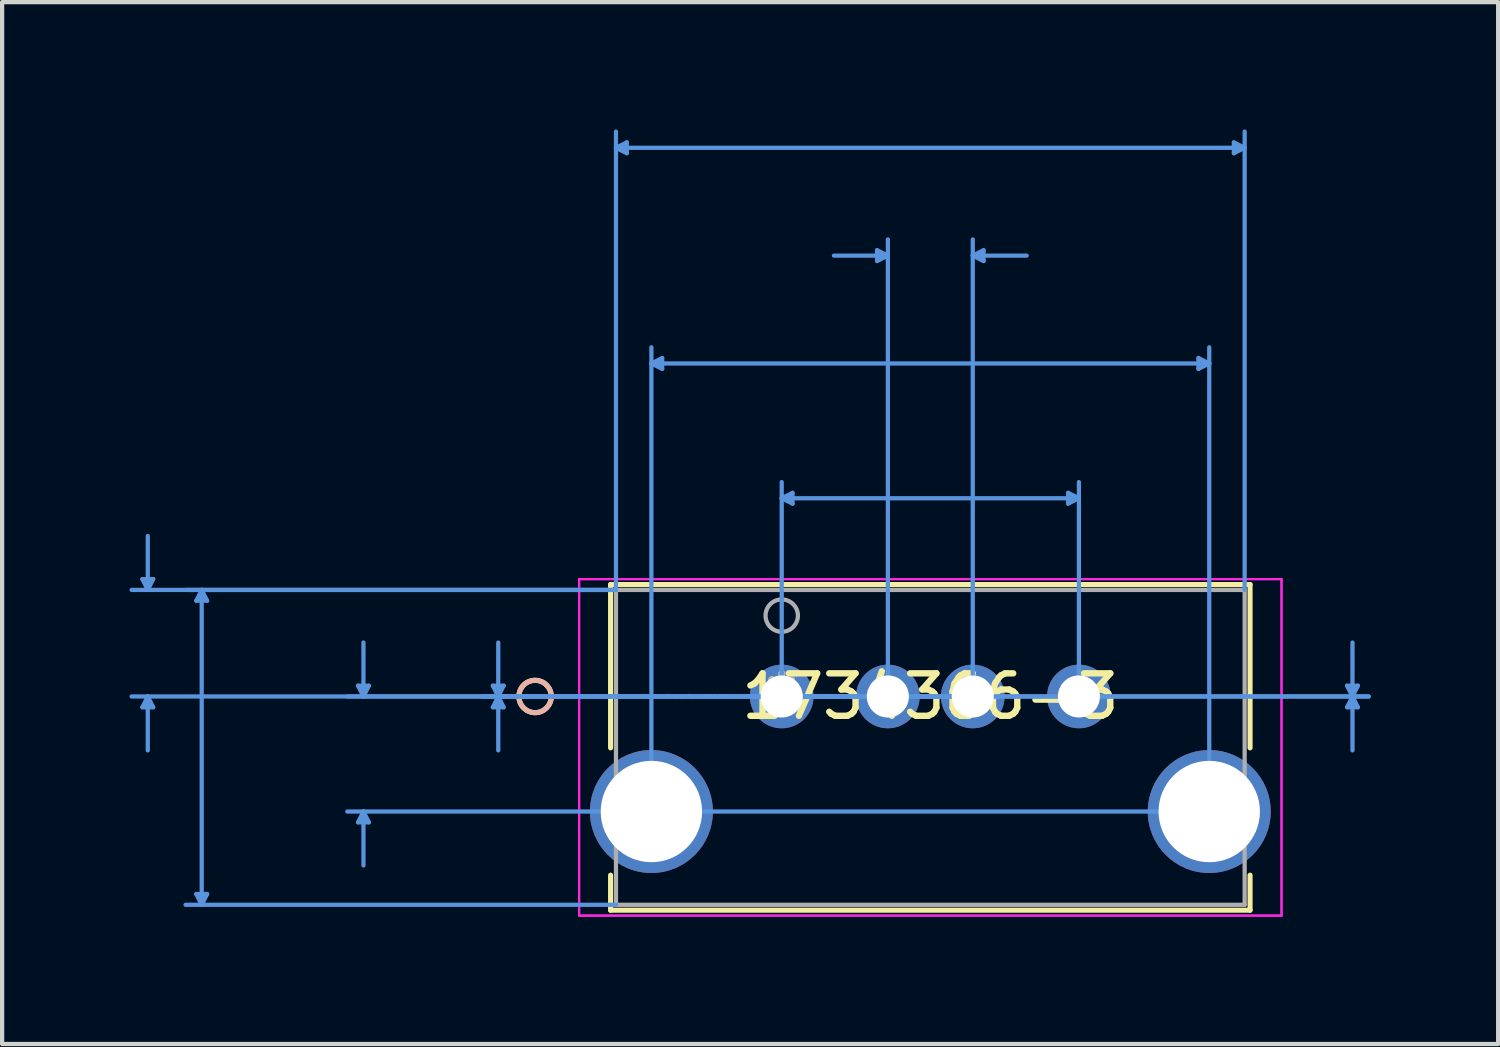
<source format=kicad_pcb>
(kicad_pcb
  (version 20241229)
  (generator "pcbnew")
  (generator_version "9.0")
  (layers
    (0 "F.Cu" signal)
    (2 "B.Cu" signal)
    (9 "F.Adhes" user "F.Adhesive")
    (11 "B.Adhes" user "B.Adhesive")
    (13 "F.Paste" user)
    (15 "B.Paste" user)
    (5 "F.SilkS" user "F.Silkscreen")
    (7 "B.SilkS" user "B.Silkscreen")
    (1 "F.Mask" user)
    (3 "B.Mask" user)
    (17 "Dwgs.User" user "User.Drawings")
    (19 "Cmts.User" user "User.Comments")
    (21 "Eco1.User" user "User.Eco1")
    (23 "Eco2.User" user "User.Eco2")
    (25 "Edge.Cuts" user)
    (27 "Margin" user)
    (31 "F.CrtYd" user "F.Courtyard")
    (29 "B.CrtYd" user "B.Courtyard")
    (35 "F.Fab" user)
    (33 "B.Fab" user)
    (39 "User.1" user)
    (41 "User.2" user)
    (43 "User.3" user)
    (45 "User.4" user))
  (footprint "1734366-3"
    (layer "F.Cu")
    (at 15.363 13.355)
    (property "Reference" "1734366-3" (at 3.5 0 0) (layer "F.SilkS") (effects (font (size 1 1) (thickness 0.15))))
    (attr through_hole)
    (fp_line (start -4.031 -2.637) (end -4.031 1.211) (stroke (width 0.12) (type solid)) (layer "F.SilkS"))
    (fp_line (start -4.031 4.209) (end -4.031 5.034) (stroke (width 0.12) (type solid)) (layer "F.SilkS"))
    (fp_line (start -4.031 5.034) (end 11.031 5.034) (stroke (width 0.12) (type solid)) (layer "F.SilkS"))
    (fp_line (start 11.031 -2.637) (end -4.031 -2.637) (stroke (width 0.12) (type solid)) (layer "F.SilkS"))
    (fp_line (start 11.031 1.211) (end 11.031 -2.637) (stroke (width 0.12) (type solid)) (layer "F.SilkS"))
    (fp_line (start 11.031 5.034) (end 11.031 4.209) (stroke (width 0.12) (type solid)) (layer "F.SilkS"))
    (fp_circle (center -5.809 0) (end -5.428 0) (stroke (width 0.12) (type solid)) (fill no) (layer "F.SilkS"))
    (fp_circle (center -5.809 0) (end -5.428 0) (stroke (width 0.12) (type solid)) (fill no) (layer "B.SilkS"))
    (fp_line (start -15.059 -2.764) (end -14.805 -2.764) (stroke (width 0.1) (type solid)) (layer "Cmts.User"))
    (fp_line (start -15.059 0.254) (end -14.805 0.254) (stroke (width 0.1) (type solid)) (layer "Cmts.User"))
    (fp_line (start -14.932 -2.51) (end -15.059 -2.764) (stroke (width 0.1) (type solid)) (layer "Cmts.User"))
    (fp_line (start -14.932 -2.51) (end -14.932 -3.78) (stroke (width 0.1) (type solid)) (layer "Cmts.User"))
    (fp_line (start -14.932 -2.51) (end -14.805 -2.764) (stroke (width 0.1) (type solid)) (layer "Cmts.User"))
    (fp_line (start -14.932 0) (end -15.059 0.254) (stroke (width 0.1) (type solid)) (layer "Cmts.User"))
    (fp_line (start -14.932 0) (end -14.932 1.27) (stroke (width 0.1) (type solid)) (layer "Cmts.User"))
    (fp_line (start -14.932 0) (end -14.805 0.254) (stroke (width 0.1) (type solid)) (layer "Cmts.User"))
    (fp_line (start -13.789 -2.256) (end -13.535 -2.256) (stroke (width 0.1) (type solid)) (layer "Cmts.User"))
    (fp_line (start -13.789 4.653) (end -13.535 4.653) (stroke (width 0.1) (type solid)) (layer "Cmts.User"))
    (fp_line (start -13.662 -2.51) (end -13.789 -2.256) (stroke (width 0.1) (type solid)) (layer "Cmts.User"))
    (fp_line (start -13.662 -2.51) (end -13.662 4.907) (stroke (width 0.1) (type solid)) (layer "Cmts.User"))
    (fp_line (start -13.662 -2.51) (end -13.535 -2.256) (stroke (width 0.1) (type solid)) (layer "Cmts.User"))
    (fp_line (start -13.662 4.907) (end -13.789 4.653) (stroke (width 0.1) (type solid)) (layer "Cmts.User"))
    (fp_line (start -13.662 4.907) (end -13.535 4.653) (stroke (width 0.1) (type solid)) (layer "Cmts.User"))
    (fp_line (start -9.979 -0.254) (end -9.725 -0.254) (stroke (width 0.1) (type solid)) (layer "Cmts.User"))
    (fp_line (start -9.979 2.964) (end -9.725 2.964) (stroke (width 0.1) (type solid)) (layer "Cmts.User"))
    (fp_line (start -9.852 0) (end -9.979 -0.254) (stroke (width 0.1) (type solid)) (layer "Cmts.User"))
    (fp_line (start -9.852 0) (end -9.852 -1.27) (stroke (width 0.1) (type solid)) (layer "Cmts.User"))
    (fp_line (start -9.852 0) (end -9.725 -0.254) (stroke (width 0.1) (type solid)) (layer "Cmts.User"))
    (fp_line (start -9.852 2.71) (end -9.979 2.964) (stroke (width 0.1) (type solid)) (layer "Cmts.User"))
    (fp_line (start -9.852 2.71) (end -9.852 3.98) (stroke (width 0.1) (type solid)) (layer "Cmts.User"))
    (fp_line (start -9.852 2.71) (end -9.725 2.964) (stroke (width 0.1) (type solid)) (layer "Cmts.User"))
    (fp_line (start -6.804 -0.254) (end -6.55 -0.254) (stroke (width 0.1) (type solid)) (layer "Cmts.User"))
    (fp_line (start -6.804 0.254) (end -6.55 0.254) (stroke (width 0.1) (type solid)) (layer "Cmts.User"))
    (fp_line (start -6.677 0) (end -6.804 -0.254) (stroke (width 0.1) (type solid)) (layer "Cmts.User"))
    (fp_line (start -6.677 0) (end -6.804 0.254) (stroke (width 0.1) (type solid)) (layer "Cmts.User"))
    (fp_line (start -6.677 0) (end -6.677 -1.27) (stroke (width 0.1) (type solid)) (layer "Cmts.User"))
    (fp_line (start -6.677 0) (end -6.677 1.27) (stroke (width 0.1) (type solid)) (layer "Cmts.User"))
    (fp_line (start -6.677 0) (end -6.55 -0.254) (stroke (width 0.1) (type solid)) (layer "Cmts.User"))
    (fp_line (start -6.677 0) (end -6.55 0.254) (stroke (width 0.1) (type solid)) (layer "Cmts.User"))
    (fp_line (start -3.904 -12.924) (end -3.65 -13.051) (stroke (width 0.1) (type solid)) (layer "Cmts.User"))
    (fp_line (start -3.904 -12.924) (end -3.65 -12.797) (stroke (width 0.1) (type solid)) (layer "Cmts.User"))
    (fp_line (start -3.904 -12.924) (end 10.904 -12.924) (stroke (width 0.1) (type solid)) (layer "Cmts.User"))
    (fp_line (start -3.904 -2.51) (end -15.313 -2.51) (stroke (width 0.1) (type solid)) (layer "Cmts.User"))
    (fp_line (start -3.904 -2.51) (end -14.043 -2.51) (stroke (width 0.1) (type solid)) (layer "Cmts.User"))
    (fp_line (start -3.904 -2.51) (end -3.904 -13.305) (stroke (width 0.1) (type solid)) (layer "Cmts.User"))
    (fp_line (start -3.904 4.907) (end -14.043 4.907) (stroke (width 0.1) (type solid)) (layer "Cmts.User"))
    (fp_line (start -3.65 -13.051) (end -3.65 -12.797) (stroke (width 0.1) (type solid)) (layer "Cmts.User"))
    (fp_line (start -3.07 -7.844) (end -2.816 -7.971) (stroke (width 0.1) (type solid)) (layer "Cmts.User"))
    (fp_line (start -3.07 -7.844) (end -2.816 -7.717) (stroke (width 0.1) (type solid)) (layer "Cmts.User"))
    (fp_line (start -3.07 -7.844) (end 10.07 -7.844) (stroke (width 0.1) (type solid)) (layer "Cmts.User"))
    (fp_line (start -3.07 2.71) (end -3.07 -8.225) (stroke (width 0.1) (type solid)) (layer "Cmts.User"))
    (fp_line (start -2.816 -7.971) (end -2.816 -7.717) (stroke (width 0.1) (type solid)) (layer "Cmts.User"))
    (fp_line (start 0 -4.669) (end 0.254 -4.796) (stroke (width 0.1) (type solid)) (layer "Cmts.User"))
    (fp_line (start 0 -4.669) (end 0.254 -4.542) (stroke (width 0.1) (type solid)) (layer "Cmts.User"))
    (fp_line (start 0 -4.669) (end 7 -4.669) (stroke (width 0.1) (type solid)) (layer "Cmts.User"))
    (fp_line (start 0 0) (end 0 -5.05) (stroke (width 0.1) (type solid)) (layer "Cmts.User"))
    (fp_line (start 0 0) (end 13.825 0) (stroke (width 0.1) (type solid)) (layer "Cmts.User"))
    (fp_line (start 0 0) (end 13.825 0) (stroke (width 0.1) (type solid)) (layer "Cmts.User"))
    (fp_line (start 0.254 -4.796) (end 0.254 -4.542) (stroke (width 0.1) (type solid)) (layer "Cmts.User"))
    (fp_line (start 2.246 -10.511) (end 2.246 -10.257) (stroke (width 0.1) (type solid)) (layer "Cmts.User"))
    (fp_line (start 2.5 -10.384) (end 1.23 -10.384) (stroke (width 0.1) (type solid)) (layer "Cmts.User"))
    (fp_line (start 2.5 -10.384) (end 2.246 -10.511) (stroke (width 0.1) (type solid)) (layer "Cmts.User"))
    (fp_line (start 2.5 -10.384) (end 2.246 -10.257) (stroke (width 0.1) (type solid)) (layer "Cmts.User"))
    (fp_line (start 2.5 0) (end 2.5 -10.765) (stroke (width 0.1) (type solid)) (layer "Cmts.User"))
    (fp_line (start 3.5 0) (end -15.313 0) (stroke (width 0.1) (type solid)) (layer "Cmts.User"))
    (fp_line (start 3.5 0) (end -10.233 0) (stroke (width 0.1) (type solid)) (layer "Cmts.User"))
    (fp_line (start 3.5 0) (end -7.058 0) (stroke (width 0.1) (type solid)) (layer "Cmts.User"))
    (fp_line (start 4.5 -10.384) (end 4.754 -10.511) (stroke (width 0.1) (type solid)) (layer "Cmts.User"))
    (fp_line (start 4.5 -10.384) (end 4.754 -10.257) (stroke (width 0.1) (type solid)) (layer "Cmts.User"))
    (fp_line (start 4.5 -10.384) (end 5.77 -10.384) (stroke (width 0.1) (type solid)) (layer "Cmts.User"))
    (fp_line (start 4.5 0) (end -7.058 0) (stroke (width 0.1) (type solid)) (layer "Cmts.User"))
    (fp_line (start 4.5 0) (end 4.5 -10.765) (stroke (width 0.1) (type solid)) (layer "Cmts.User"))
    (fp_line (start 4.754 -10.511) (end 4.754 -10.257) (stroke (width 0.1) (type solid)) (layer "Cmts.User"))
    (fp_line (start 6.746 -4.796) (end 6.746 -4.542) (stroke (width 0.1) (type solid)) (layer "Cmts.User"))
    (fp_line (start 7 -4.669) (end 6.746 -4.796) (stroke (width 0.1) (type solid)) (layer "Cmts.User"))
    (fp_line (start 7 -4.669) (end 6.746 -4.542) (stroke (width 0.1) (type solid)) (layer "Cmts.User"))
    (fp_line (start 7 0) (end 7 -5.05) (stroke (width 0.1) (type solid)) (layer "Cmts.User"))
    (fp_line (start 9.816 -7.971) (end 9.816 -7.717) (stroke (width 0.1) (type solid)) (layer "Cmts.User"))
    (fp_line (start 10.07 -7.844) (end 9.816 -7.971) (stroke (width 0.1) (type solid)) (layer "Cmts.User"))
    (fp_line (start 10.07 -7.844) (end 9.816 -7.717) (stroke (width 0.1) (type solid)) (layer "Cmts.User"))
    (fp_line (start 10.07 2.71) (end -10.233 2.71) (stroke (width 0.1) (type solid)) (layer "Cmts.User"))
    (fp_line (start 10.07 2.71) (end 10.07 -8.225) (stroke (width 0.1) (type solid)) (layer "Cmts.User"))
    (fp_line (start 10.65 -13.051) (end 10.65 -12.797) (stroke (width 0.1) (type solid)) (layer "Cmts.User"))
    (fp_line (start 10.904 -12.924) (end 10.65 -13.051) (stroke (width 0.1) (type solid)) (layer "Cmts.User"))
    (fp_line (start 10.904 -12.924) (end 10.65 -12.797) (stroke (width 0.1) (type solid)) (layer "Cmts.User"))
    (fp_line (start 10.904 -2.51) (end 10.904 -13.305) (stroke (width 0.1) (type solid)) (layer "Cmts.User"))
    (fp_line (start 13.317 -0.254) (end 13.571 -0.254) (stroke (width 0.1) (type solid)) (layer "Cmts.User"))
    (fp_line (start 13.317 0.254) (end 13.571 0.254) (stroke (width 0.1) (type solid)) (layer "Cmts.User"))
    (fp_line (start 13.444 0) (end 13.317 -0.254) (stroke (width 0.1) (type solid)) (layer "Cmts.User"))
    (fp_line (start 13.444 0) (end 13.317 0.254) (stroke (width 0.1) (type solid)) (layer "Cmts.User"))
    (fp_line (start 13.444 0) (end 13.444 -1.27) (stroke (width 0.1) (type solid)) (layer "Cmts.User"))
    (fp_line (start 13.444 0) (end 13.444 1.27) (stroke (width 0.1) (type solid)) (layer "Cmts.User"))
    (fp_line (start 13.444 0) (end 13.571 -0.254) (stroke (width 0.1) (type solid)) (layer "Cmts.User"))
    (fp_line (start 13.444 0) (end 13.571 0.254) (stroke (width 0.1) (type solid)) (layer "Cmts.User"))
    (fp_line (start -4.772 -2.764) (end -4.772 5.161) (stroke (width 0.05) (type solid)) (layer "F.CrtYd"))
    (fp_line (start -4.772 -2.764) (end -4.772 5.161) (stroke (width 0.05) (type solid)) (layer "F.CrtYd"))
    (fp_line (start -4.772 5.161) (end 11.772 5.161) (stroke (width 0.05) (type solid)) (layer "F.CrtYd"))
    (fp_line (start -4.772 5.161) (end 11.772 5.161) (stroke (width 0.05) (type solid)) (layer "F.CrtYd"))
    (fp_line (start 11.772 -2.764) (end -4.772 -2.764) (stroke (width 0.05) (type solid)) (layer "F.CrtYd"))
    (fp_line (start 11.772 -2.764) (end -4.772 -2.764) (stroke (width 0.05) (type solid)) (layer "F.CrtYd"))
    (fp_line (start 11.772 5.161) (end 11.772 -2.764) (stroke (width 0.05) (type solid)) (layer "F.CrtYd"))
    (fp_line (start 11.772 5.161) (end 11.772 -2.764) (stroke (width 0.05) (type solid)) (layer "F.CrtYd"))
    (fp_line (start -3.904 -2.51) (end -3.904 4.907) (stroke (width 0.1) (type solid)) (layer "F.Fab"))
    (fp_line (start -3.904 4.907) (end 10.904 4.907) (stroke (width 0.1) (type solid)) (layer "F.Fab"))
    (fp_line (start 10.904 -2.51) (end -3.904 -2.51) (stroke (width 0.1) (type solid)) (layer "F.Fab"))
    (fp_line (start 10.904 4.907) (end 10.904 -2.51) (stroke (width 0.1) (type solid)) (layer "F.Fab"))
    (fp_circle (center 0 -1.905) (end 0.381 -1.905) (stroke (width 0.1) (type solid)) (fill no) (layer "F.Fab"))
    (fp_text user "*" (at 0 0 0) (layer "F.SilkS") (effects (font (size 1 1) (thickness 0.15))))
    (fp_text user "Copyright 2021 Accelerated Designs. All rights reserved." (at 0 0 0) (layer "Cmts.User") (effects (font (size 0.127 0.127) (thickness 0.002))))
    (fp_text user "*" (at 0 0 0) (layer "F.Fab") (effects (font (size 1 1) (thickness 0.15))))
    (pad "1" thru_hole circle (at 0 0) (size 1.499 1.499) (drill 0.991) (layers "*.Cu" "*.Mask"))
    (pad "2" thru_hole circle (at 2.5 0) (size 1.499 1.499) (drill 0.991) (layers "*.Cu" "*.Mask"))
    (pad "3" thru_hole circle (at 4.5 0) (size 1.499 1.499) (drill 0.991) (layers "*.Cu" "*.Mask"))
    (pad "4" thru_hole circle (at 7 0) (size 1.499 1.499) (drill 0.991) (layers "*.Cu" "*.Mask"))
    (pad "5" thru_hole circle (at -3.07 2.71) (size 2.896 2.896) (drill 2.388) (layers "*.Cu" "*.Mask"))
    (pad "6" thru_hole circle (at 10.07 2.71) (size 2.896 2.896) (drill 2.388) (layers "*.Cu" "*.Mask")))
  (gr_rect
    (start -3 -3)
    (end 32.238 21.541)
    (stroke (width 0.1) (type default))
    (fill no)
    (layer "Edge.Cuts")))
</source>
